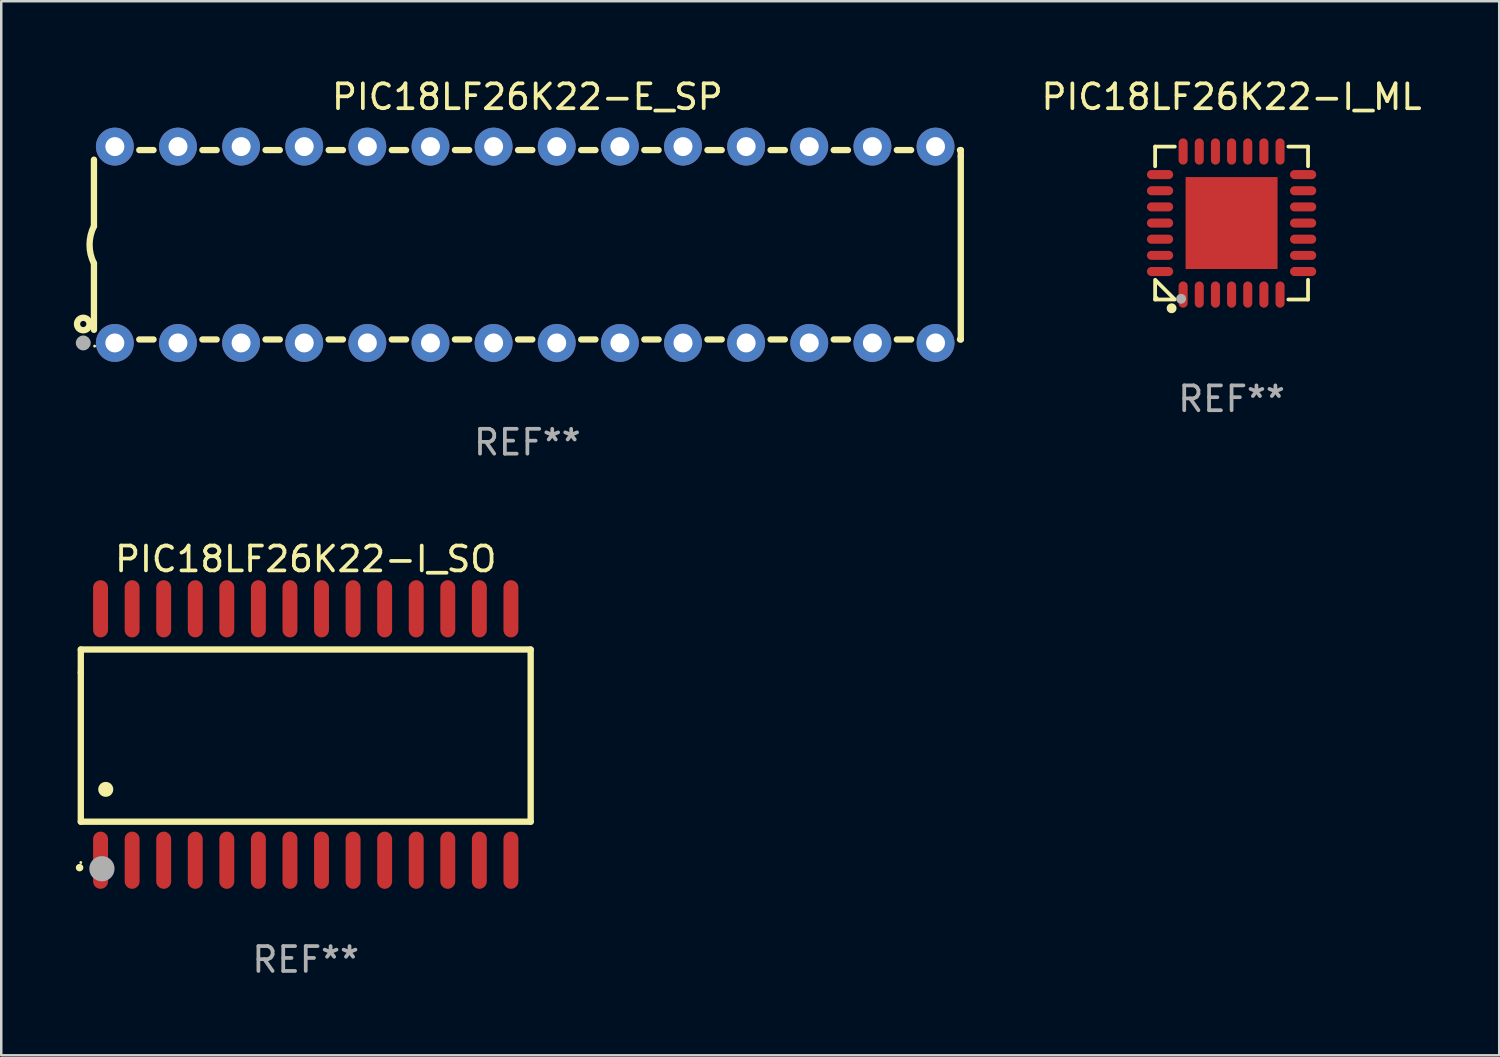
<source format=kicad_pcb>
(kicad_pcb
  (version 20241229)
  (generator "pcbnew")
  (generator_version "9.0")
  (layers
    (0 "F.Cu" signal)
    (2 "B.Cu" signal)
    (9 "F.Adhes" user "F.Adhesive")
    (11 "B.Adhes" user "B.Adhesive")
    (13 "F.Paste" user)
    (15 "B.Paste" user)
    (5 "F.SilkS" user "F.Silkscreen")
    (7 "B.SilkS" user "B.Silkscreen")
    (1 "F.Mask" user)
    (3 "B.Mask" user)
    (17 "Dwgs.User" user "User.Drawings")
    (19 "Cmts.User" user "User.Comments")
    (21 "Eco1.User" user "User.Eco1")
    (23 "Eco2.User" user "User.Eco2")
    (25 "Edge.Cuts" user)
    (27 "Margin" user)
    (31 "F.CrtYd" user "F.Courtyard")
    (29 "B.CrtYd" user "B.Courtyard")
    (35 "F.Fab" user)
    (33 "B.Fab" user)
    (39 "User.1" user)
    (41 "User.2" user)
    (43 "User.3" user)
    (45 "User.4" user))
  (footprint "PIC18LF26K22-I_ML"
    (layer "F.Cu")
    (at 46.501 5.924)
    (property "Reference" "PIC18LF26K22-I_ML" (at 0 -5.076 0) (layer "F.SilkS") (effects (font (size 1 1) (thickness 0.15))))
    (attr through_hole)
    (fp_line (start -3.076 -3.076) (end -3.076 -2.284) (stroke (width 0.152) (type solid)) (layer "F.SilkS"))
    (fp_line (start -3.076 3.076) (end -3.076 2.284) (stroke (width 0.152) (type solid)) (layer "F.SilkS"))
    (fp_line (start -3.049 2.311) (end -2.311 3.049) (stroke (width 0.152) (type solid)) (layer "F.SilkS"))
    (fp_line (start -2.284 -3.076) (end -3.076 -3.076) (stroke (width 0.152) (type solid)) (layer "F.SilkS"))
    (fp_line (start -2.284 3.076) (end -3.076 3.076) (stroke (width 0.152) (type solid)) (layer "F.SilkS"))
    (fp_line (start 2.284 -3.076) (end 3.076 -3.076) (stroke (width 0.152) (type solid)) (layer "F.SilkS"))
    (fp_line (start 2.284 3.076) (end 3.076 3.076) (stroke (width 0.152) (type solid)) (layer "F.SilkS"))
    (fp_line (start 3.076 -3.076) (end 3.076 -2.284) (stroke (width 0.152) (type solid)) (layer "F.SilkS"))
    (fp_line (start 3.076 3.076) (end 3.076 2.284) (stroke (width 0.152) (type solid)) (layer "F.SilkS"))
    (fp_circle (center -3 3) (end -2.97 3) (stroke (width 0.06) (type solid)) (fill no) (layer "F.SilkS"))
    (fp_circle (center -2.413 3.429) (end -2.313 3.429) (stroke (width 0.2) (type solid)) (fill no) (layer "F.SilkS"))
    (fp_circle (center -2.032 3.048) (end -1.932 3.048) (stroke (width 0.2) (type solid)) (fill no) (layer "F.Fab"))
    (fp_text user "REF**" (at 0 7.076 0) (layer "F.Fab") (effects (font (size 1 1) (thickness 0.15))))
    (pad "1" smd oval (at -1.95 2.878) (size 0.364 1.055) (layers "F.Cu" "F.Mask" "F.Paste"))
    (pad "2" smd oval (at -1.3 2.878) (size 0.364 1.055) (layers "F.Cu" "F.Mask" "F.Paste"))
    (pad "3" smd oval (at -0.65 2.878) (size 0.364 1.055) (layers "F.Cu" "F.Mask" "F.Paste"))
    (pad "4" smd oval (at 0 2.878) (size 0.364 1.055) (layers "F.Cu" "F.Mask" "F.Paste"))
    (pad "5" smd oval (at 0.65 2.878) (size 0.364 1.055) (layers "F.Cu" "F.Mask" "F.Paste"))
    (pad "6" smd oval (at 1.3 2.878) (size 0.364 1.055) (layers "F.Cu" "F.Mask" "F.Paste"))
    (pad "7" smd oval (at 1.95 2.878) (size 0.364 1.055) (layers "F.Cu" "F.Mask" "F.Paste"))
    (pad "8" smd oval (at 2.878 1.95) (size 1.055 0.364) (layers "F.Cu" "F.Mask" "F.Paste"))
    (pad "9" smd oval (at 2.878 1.3) (size 1.055 0.364) (layers "F.Cu" "F.Mask" "F.Paste"))
    (pad "10" smd oval (at 2.878 0.65) (size 1.055 0.364) (layers "F.Cu" "F.Mask" "F.Paste"))
    (pad "11" smd oval (at 2.878 0) (size 1.055 0.364) (layers "F.Cu" "F.Mask" "F.Paste"))
    (pad "12" smd oval (at 2.878 -0.65) (size 1.055 0.364) (layers "F.Cu" "F.Mask" "F.Paste"))
    (pad "13" smd oval (at 2.878 -1.3) (size 1.055 0.364) (layers "F.Cu" "F.Mask" "F.Paste"))
    (pad "14" smd oval (at 2.878 -1.95) (size 1.055 0.364) (layers "F.Cu" "F.Mask" "F.Paste"))
    (pad "15" smd oval (at 1.95 -2.878) (size 0.364 1.055) (layers "F.Cu" "F.Mask" "F.Paste"))
    (pad "16" smd oval (at 1.3 -2.878) (size 0.364 1.055) (layers "F.Cu" "F.Mask" "F.Paste"))
    (pad "17" smd oval (at 0.65 -2.878) (size 0.364 1.055) (layers "F.Cu" "F.Mask" "F.Paste"))
    (pad "18" smd oval (at 0 -2.878) (size 0.364 1.055) (layers "F.Cu" "F.Mask" "F.Paste"))
    (pad "19" smd oval (at -0.65 -2.878) (size 0.364 1.055) (layers "F.Cu" "F.Mask" "F.Paste"))
    (pad "20" smd oval (at -1.3 -2.878) (size 0.364 1.055) (layers "F.Cu" "F.Mask" "F.Paste"))
    (pad "21" smd oval (at -1.95 -2.878) (size 0.364 1.055) (layers "F.Cu" "F.Mask" "F.Paste"))
    (pad "22" smd oval (at -2.878 -1.95) (size 1.055 0.364) (layers "F.Cu" "F.Mask" "F.Paste"))
    (pad "23" smd oval (at -2.878 -1.3) (size 1.055 0.364) (layers "F.Cu" "F.Mask" "F.Paste"))
    (pad "24" smd oval (at -2.878 -0.65) (size 1.055 0.364) (layers "F.Cu" "F.Mask" "F.Paste"))
    (pad "25" smd oval (at -2.878 0) (size 1.055 0.364) (layers "F.Cu" "F.Mask" "F.Paste"))
    (pad "26" smd oval (at -2.878 0.65) (size 1.055 0.364) (layers "F.Cu" "F.Mask" "F.Paste"))
    (pad "27" smd oval (at -2.878 1.3) (size 1.055 0.364) (layers "F.Cu" "F.Mask" "F.Paste"))
    (pad "28" smd oval (at -2.878 1.95) (size 1.055 0.364) (layers "F.Cu" "F.Mask" "F.Paste"))
    (pad "29" smd rect (at 0 0) (size 3.7 3.7) (layers "F.Cu" "F.Mask" "F.Paste")))
  (footprint "PIC18LF26K22-E_SP"
    (layer "F.Cu")
    (at 18.168 6.798)
    (property "Reference" "PIC18LF26K22-E_SP" (at 0 -5.95 0) (layer "F.SilkS") (effects (font (size 1 1) (thickness 0.15))))
    (attr through_hole)
    (fp_line (start -17.438 0.75) (end -17.438 3.423) (stroke (width 0.254) (type solid)) (layer "F.SilkS"))
    (fp_line (start -17.438 -3.423) (end -17.438 -0.75) (stroke (width 0.254) (type solid)) (layer "F.SilkS"))
    (fp_line (start -15.615 3.81) (end -15.041 3.81) (stroke (width 0.254) (type solid)) (layer "F.SilkS"))
    (fp_line (start -15.041 -3.81) (end -15.614 -3.81) (stroke (width 0.254) (type solid)) (layer "F.SilkS"))
    (fp_line (start -13.075 3.81) (end -12.501 3.81) (stroke (width 0.254) (type solid)) (layer "F.SilkS"))
    (fp_line (start -12.501 -3.81) (end -13.074 -3.81) (stroke (width 0.254) (type solid)) (layer "F.SilkS"))
    (fp_line (start -10.535 3.81) (end -9.961 3.81) (stroke (width 0.254) (type solid)) (layer "F.SilkS"))
    (fp_line (start -9.961 -3.81) (end -10.534 -3.81) (stroke (width 0.254) (type solid)) (layer "F.SilkS"))
    (fp_line (start -7.995 3.81) (end -7.421 3.81) (stroke (width 0.254) (type solid)) (layer "F.SilkS"))
    (fp_line (start -7.421 -3.81) (end -7.995 -3.81) (stroke (width 0.254) (type solid)) (layer "F.SilkS"))
    (fp_line (start -5.455 3.81) (end -4.881 3.81) (stroke (width 0.254) (type solid)) (layer "F.SilkS"))
    (fp_line (start -4.881 -3.81) (end -5.455 -3.81) (stroke (width 0.254) (type solid)) (layer "F.SilkS"))
    (fp_line (start -2.915 3.81) (end -2.341 3.81) (stroke (width 0.254) (type solid)) (layer "F.SilkS"))
    (fp_line (start -2.341 -3.81) (end -2.915 -3.81) (stroke (width 0.254) (type solid)) (layer "F.SilkS"))
    (fp_line (start -0.375 3.81) (end 0.199 3.81) (stroke (width 0.254) (type solid)) (layer "F.SilkS"))
    (fp_line (start 0.199 -3.81) (end -0.375 -3.81) (stroke (width 0.254) (type solid)) (layer "F.SilkS"))
    (fp_line (start 2.165 3.81) (end 2.739 3.81) (stroke (width 0.254) (type solid)) (layer "F.SilkS"))
    (fp_line (start 2.739 -3.81) (end 2.165 -3.81) (stroke (width 0.254) (type solid)) (layer "F.SilkS"))
    (fp_line (start 4.705 3.81) (end 5.279 3.81) (stroke (width 0.254) (type solid)) (layer "F.SilkS"))
    (fp_line (start 5.279 -3.81) (end 4.705 -3.81) (stroke (width 0.254) (type solid)) (layer "F.SilkS"))
    (fp_line (start 7.245 3.81) (end 7.819 3.81) (stroke (width 0.254) (type solid)) (layer "F.SilkS"))
    (fp_line (start 7.819 -3.81) (end 7.245 -3.81) (stroke (width 0.254) (type solid)) (layer "F.SilkS"))
    (fp_line (start 9.785 3.81) (end 10.359 3.81) (stroke (width 0.254) (type solid)) (layer "F.SilkS"))
    (fp_line (start 10.359 -3.81) (end 9.785 -3.81) (stroke (width 0.254) (type solid)) (layer "F.SilkS"))
    (fp_line (start 12.325 3.81) (end 12.899 3.81) (stroke (width 0.254) (type solid)) (layer "F.SilkS"))
    (fp_line (start 12.899 -3.81) (end 12.325 -3.81) (stroke (width 0.254) (type solid)) (layer "F.SilkS"))
    (fp_line (start 14.865 3.81) (end 15.439 3.81) (stroke (width 0.254) (type solid)) (layer "F.SilkS"))
    (fp_line (start 15.439 -3.81) (end 14.865 -3.81) (stroke (width 0.254) (type solid)) (layer "F.SilkS"))
    (fp_line (start 17.405 3.81) (end 17.438 3.81) (stroke (width 0.254) (type solid)) (layer "F.SilkS"))
    (fp_line (start 17.438 -3.81) (end 17.405 -3.81) (stroke (width 0.254) (type solid)) (layer "F.SilkS"))
    (fp_line (start 17.438 -3.556) (end 17.438 -3.81) (stroke (width 0.254) (type solid)) (layer "F.SilkS"))
    (fp_line (start 17.438 3.81) (end 17.438 -3.556) (stroke (width 0.254) (type solid)) (layer "F.SilkS"))
    (fp_arc (start -17.437986 0.749657) (mid -17.614887 -0.000024) (end -17.437783 -0.749657) (stroke (width 0.254001) (type solid)) (layer "F.SilkS"))
    (fp_circle (center -17.868 3.188) (end -17.743 3.188) (stroke (width 0.254) (type solid)) (fill no) (layer "F.SilkS"))
    (fp_circle (center -17.411 4.077) (end -17.381 4.077) (stroke (width 0.06) (type solid)) (fill no) (layer "F.SilkS"))
    (fp_circle (center -17.868 3.95) (end -17.718 3.95) (stroke (width 0.3) (type solid)) (fill no) (layer "F.Fab"))
    (fp_text user "REF**" (at 0 7.95 0) (layer "F.Fab") (effects (font (size 1 1) (thickness 0.15))))
    (pad "1" thru_hole circle (at -16.598 3.95) (size 1.524 1.524) (drill 0.762) (layers "*.Cu" "*.Mask"))
    (pad "2" thru_hole circle (at -14.058 3.95) (size 1.524 1.524) (drill 0.762) (layers "*.Cu" "*.Mask"))
    (pad "3" thru_hole circle (at -11.518 3.95) (size 1.524 1.524) (drill 0.762) (layers "*.Cu" "*.Mask"))
    (pad "4" thru_hole circle (at -8.978 3.95) (size 1.524 1.524) (drill 0.762) (layers "*.Cu" "*.Mask"))
    (pad "5" thru_hole circle (at -6.438 3.95) (size 1.524 1.524) (drill 0.762) (layers "*.Cu" "*.Mask"))
    (pad "6" thru_hole circle (at -3.898 3.95) (size 1.524 1.524) (drill 0.762) (layers "*.Cu" "*.Mask"))
    (pad "7" thru_hole circle (at -1.358 3.95) (size 1.524 1.524) (drill 0.762) (layers "*.Cu" "*.Mask"))
    (pad "8" thru_hole circle (at 1.182 3.95) (size 1.524 1.524) (drill 0.762) (layers "*.Cu" "*.Mask"))
    (pad "9" thru_hole circle (at 3.722 3.95) (size 1.524 1.524) (drill 0.762) (layers "*.Cu" "*.Mask"))
    (pad "10" thru_hole circle (at 6.262 3.95) (size 1.524 1.524) (drill 0.762) (layers "*.Cu" "*.Mask"))
    (pad "11" thru_hole circle (at 8.802 3.95) (size 1.524 1.524) (drill 0.762) (layers "*.Cu" "*.Mask"))
    (pad "12" thru_hole circle (at 11.342 3.95) (size 1.524 1.524) (drill 0.762) (layers "*.Cu" "*.Mask"))
    (pad "13" thru_hole circle (at 13.882 3.95) (size 1.524 1.524) (drill 0.762) (layers "*.Cu" "*.Mask"))
    (pad "14" thru_hole circle (at 16.422 3.95) (size 1.524 1.524) (drill 0.762) (layers "*.Cu" "*.Mask"))
    (pad "15" thru_hole circle (at 16.422 -3.95) (size 1.524 1.524) (drill 0.762) (layers "*.Cu" "*.Mask"))
    (pad "16" thru_hole circle (at 13.882 -3.95) (size 1.524 1.524) (drill 0.762) (layers "*.Cu" "*.Mask"))
    (pad "17" thru_hole circle (at 11.342 -3.95) (size 1.524 1.524) (drill 0.762) (layers "*.Cu" "*.Mask"))
    (pad "18" thru_hole circle (at 8.802 -3.95) (size 1.524 1.524) (drill 0.762) (layers "*.Cu" "*.Mask"))
    (pad "19" thru_hole circle (at 6.262 -3.95) (size 1.524 1.524) (drill 0.762) (layers "*.Cu" "*.Mask"))
    (pad "20" thru_hole circle (at 3.722 -3.95) (size 1.524 1.524) (drill 0.762) (layers "*.Cu" "*.Mask"))
    (pad "21" thru_hole circle (at 1.182 -3.95) (size 1.524 1.524) (drill 0.762) (layers "*.Cu" "*.Mask"))
    (pad "22" thru_hole circle (at -1.358 -3.95) (size 1.524 1.524) (drill 0.762) (layers "*.Cu" "*.Mask"))
    (pad "23" thru_hole circle (at -3.898 -3.95) (size 1.524 1.524) (drill 0.762) (layers "*.Cu" "*.Mask"))
    (pad "24" thru_hole circle (at -6.438 -3.95) (size 1.524 1.524) (drill 0.762) (layers "*.Cu" "*.Mask"))
    (pad "25" thru_hole circle (at -8.978 -3.95) (size 1.524 1.524) (drill 0.762) (layers "*.Cu" "*.Mask"))
    (pad "26" thru_hole circle (at -11.517 -3.95) (size 1.524 1.524) (drill 0.762) (layers "*.Cu" "*.Mask"))
    (pad "27" thru_hole circle (at -14.057 -3.95) (size 1.524 1.524) (drill 0.762) (layers "*.Cu" "*.Mask"))
    (pad "28" thru_hole circle (at -16.597 -3.95) (size 1.524 1.524) (drill 0.762) (layers "*.Cu" "*.Mask")))
  (footprint "PIC18LF26K22-I_SO"
    (layer "F.Cu")
    (at 9.251 26.502)
    (property "Reference" "PIC18LF26K22-I_SO" (at 0 -7.058 0) (layer "F.SilkS") (effects (font (size 1 1) (thickness 0.15))))
    (attr through_hole)
    (fp_line (start -9.05 -3.42) (end 9.05 -3.42) (stroke (width 0.254) (type solid)) (layer "F.SilkS"))
    (fp_line (start -9.05 -2.492) (end -9.05 -3.42) (stroke (width 0.254) (type solid)) (layer "F.SilkS"))
    (fp_line (start -9.05 3.508) (end -9.05 -2.492) (stroke (width 0.254) (type solid)) (layer "F.SilkS"))
    (fp_line (start 9.05 -3.42) (end 9.05 3.508) (stroke (width 0.254) (type solid)) (layer "F.SilkS"))
    (fp_line (start 9.05 3.508) (end -9.05 3.508) (stroke (width 0.254) (type solid)) (layer "F.SilkS"))
    (fp_arc (start -9.100838 5.35649) (mid -9.099568 5.356485) (end -9.098298 5.35649) (stroke (width 0.3) (type solid)) (layer "F.SilkS"))
    (fp_arc (start -8.049276 2.206883) (mid -8.046736 2.206872) (end -8.044196 2.206883) (stroke (width 0.6) (type solid)) (layer "F.SilkS"))
    (fp_circle (center -9.05 5.15) (end -9.02 5.15) (stroke (width 0.06) (type solid)) (fill no) (layer "F.SilkS"))
    (fp_circle (center -8.2 5.4) (end -7.946 5.4) (stroke (width 0.508) (type solid)) (fill no) (layer "F.Fab"))
    (fp_text user "REF**" (at 0 9.058 0) (layer "F.Fab") (effects (font (size 1 1) (thickness 0.15))))
    (pad "1" smd oval (at -8.255 5.058 180) (size 0.6 2.3) (layers "F.Cu" "F.Mask" "F.Paste"))
    (pad "2" smd oval (at -6.985 5.058 180) (size 0.6 2.3) (layers "F.Cu" "F.Mask" "F.Paste"))
    (pad "3" smd oval (at -5.715 5.058 180) (size 0.6 2.3) (layers "F.Cu" "F.Mask" "F.Paste"))
    (pad "4" smd oval (at -4.445 5.058 180) (size 0.6 2.3) (layers "F.Cu" "F.Mask" "F.Paste"))
    (pad "5" smd oval (at -3.175 5.058 180) (size 0.6 2.3) (layers "F.Cu" "F.Mask" "F.Paste"))
    (pad "6" smd oval (at -1.905 5.058 180) (size 0.6 2.3) (layers "F.Cu" "F.Mask" "F.Paste"))
    (pad "7" smd oval (at -0.635 5.058 180) (size 0.6 2.3) (layers "F.Cu" "F.Mask" "F.Paste"))
    (pad "8" smd oval (at 0.635 5.058 180) (size 0.6 2.3) (layers "F.Cu" "F.Mask" "F.Paste"))
    (pad "9" smd oval (at 1.905 5.058 180) (size 0.6 2.3) (layers "F.Cu" "F.Mask" "F.Paste"))
    (pad "10" smd oval (at 3.175 5.058 180) (size 0.6 2.3) (layers "F.Cu" "F.Mask" "F.Paste"))
    (pad "11" smd oval (at 4.445 5.058 180) (size 0.6 2.3) (layers "F.Cu" "F.Mask" "F.Paste"))
    (pad "12" smd oval (at 5.715 5.058 180) (size 0.6 2.3) (layers "F.Cu" "F.Mask" "F.Paste"))
    (pad "13" smd oval (at 6.985 5.058 180) (size 0.6 2.3) (layers "F.Cu" "F.Mask" "F.Paste"))
    (pad "14" smd oval (at 8.255 5.058 180) (size 0.6 2.3) (layers "F.Cu" "F.Mask" "F.Paste"))
    (pad "15" smd oval (at 8.255 -5.058 180) (size 0.6 2.3) (layers "F.Cu" "F.Mask" "F.Paste"))
    (pad "16" smd oval (at 6.985 -5.058 180) (size 0.6 2.3) (layers "F.Cu" "F.Mask" "F.Paste"))
    (pad "17" smd oval (at 5.715 -5.058 180) (size 0.6 2.3) (layers "F.Cu" "F.Mask" "F.Paste"))
    (pad "18" smd oval (at 4.445 -5.058 180) (size 0.6 2.3) (layers "F.Cu" "F.Mask" "F.Paste"))
    (pad "19" smd oval (at 3.175 -5.058 180) (size 0.6 2.3) (layers "F.Cu" "F.Mask" "F.Paste"))
    (pad "20" smd oval (at 1.905 -5.058 180) (size 0.6 2.3) (layers "F.Cu" "F.Mask" "F.Paste"))
    (pad "21" smd oval (at 0.635 -5.058 180) (size 0.6 2.3) (layers "F.Cu" "F.Mask" "F.Paste"))
    (pad "22" smd oval (at -0.635 -5.058 180) (size 0.6 2.3) (layers "F.Cu" "F.Mask" "F.Paste"))
    (pad "23" smd oval (at -1.905 -5.058 180) (size 0.6 2.3) (layers "F.Cu" "F.Mask" "F.Paste"))
    (pad "24" smd oval (at -3.175 -5.058 180) (size 0.6 2.3) (layers "F.Cu" "F.Mask" "F.Paste"))
    (pad "25" smd oval (at -4.445 -5.058 180) (size 0.6 2.3) (layers "F.Cu" "F.Mask" "F.Paste"))
    (pad "26" smd oval (at -5.715 -5.058 180) (size 0.6 2.3) (layers "F.Cu" "F.Mask" "F.Paste"))
    (pad "27" smd oval (at -6.985 -5.058 180) (size 0.6 2.3) (layers "F.Cu" "F.Mask" "F.Paste"))
    (pad "28" smd oval (at -8.255 -5.058 180) (size 0.6 2.3) (layers "F.Cu" "F.Mask" "F.Paste")))
  (gr_rect
    (start -3 -3)
    (end 57.269 39.408)
    (stroke (width 0.1) (type default))
    (fill no)
    (layer "Edge.Cuts")))
</source>
